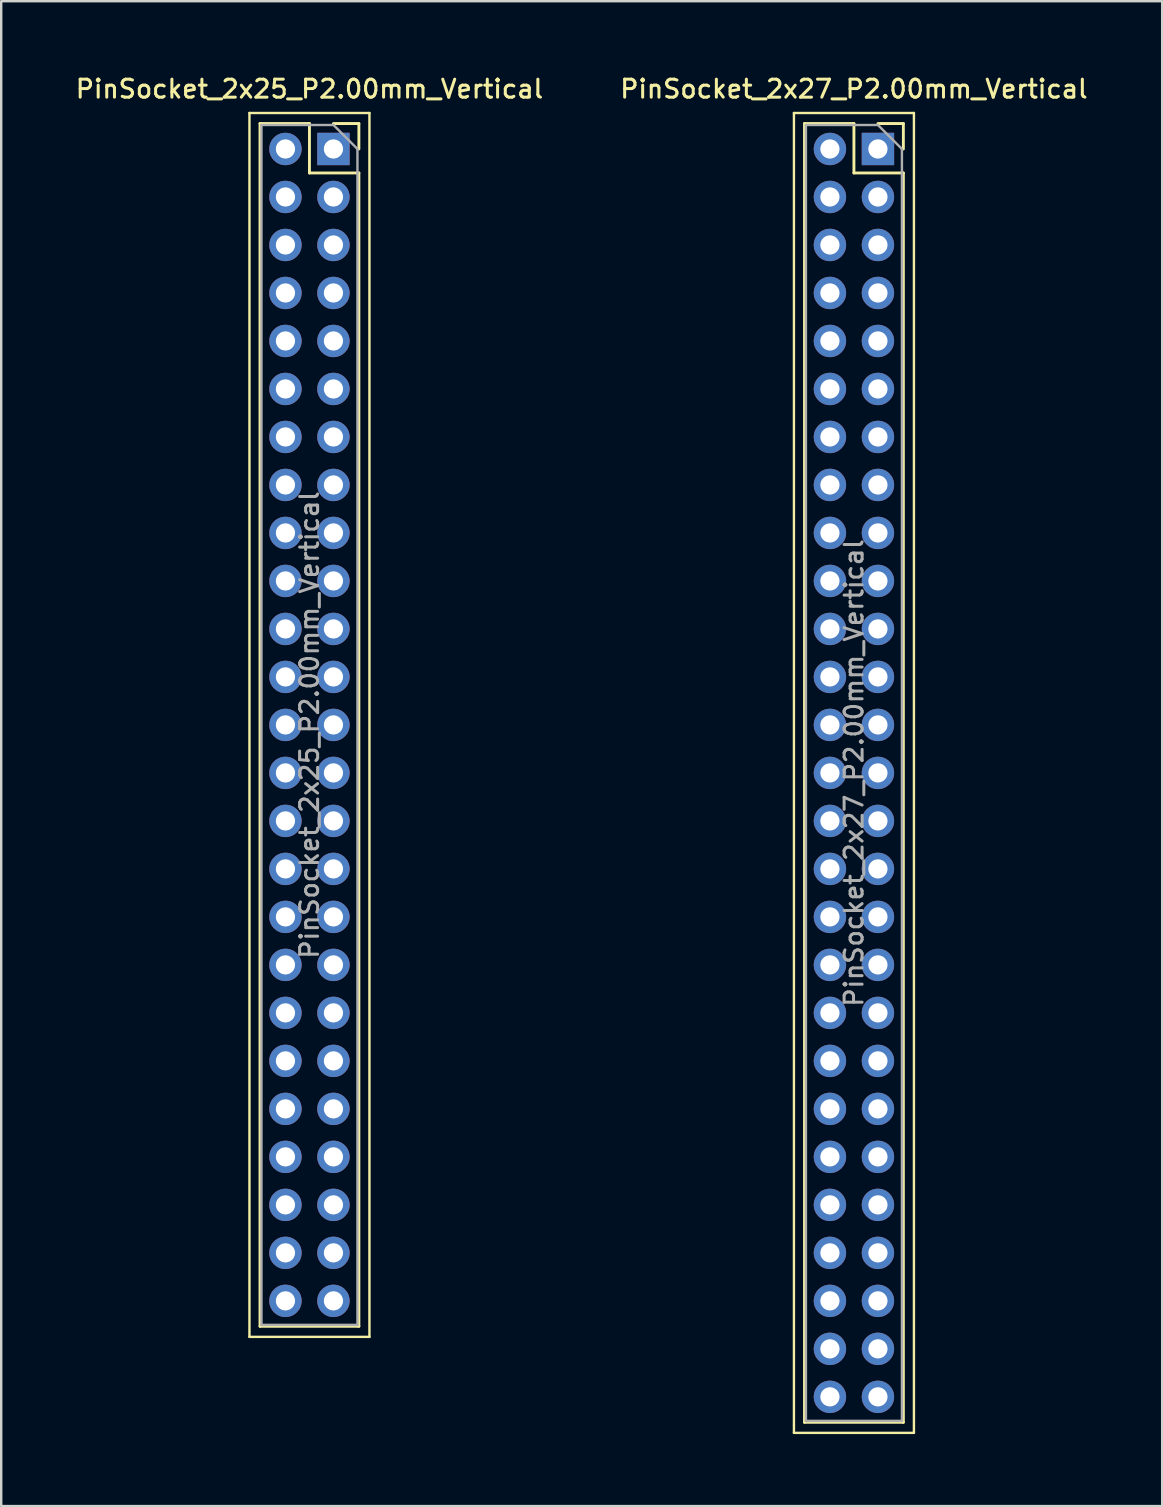
<source format=kicad_pcb>
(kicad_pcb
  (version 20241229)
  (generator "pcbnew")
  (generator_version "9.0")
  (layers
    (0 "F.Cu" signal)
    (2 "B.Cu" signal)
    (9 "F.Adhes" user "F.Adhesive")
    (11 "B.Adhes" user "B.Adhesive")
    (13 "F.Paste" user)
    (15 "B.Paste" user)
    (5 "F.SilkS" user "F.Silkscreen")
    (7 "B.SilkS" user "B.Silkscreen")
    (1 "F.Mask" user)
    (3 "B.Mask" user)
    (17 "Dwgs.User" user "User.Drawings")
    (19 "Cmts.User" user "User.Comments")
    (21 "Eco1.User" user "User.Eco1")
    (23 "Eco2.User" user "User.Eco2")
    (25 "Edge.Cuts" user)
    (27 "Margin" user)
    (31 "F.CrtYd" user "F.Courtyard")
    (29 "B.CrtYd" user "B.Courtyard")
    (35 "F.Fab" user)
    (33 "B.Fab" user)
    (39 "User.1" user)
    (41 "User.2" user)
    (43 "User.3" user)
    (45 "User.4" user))
  (footprint "PinSocket_2x27_P2.00mm_Vertical"
    (layer "F.Cu")
    (at 33.534 3.158)
    (property "Reference" "PinSocket_2x27_P2.00mm_Vertical" (at -1 -2.5 0) (layer "F.SilkS") (effects (font (size 0.75 0.75) (thickness 0.125))))
    (attr through_hole)
    (fp_line (start -3.5 -1.5) (end 1.5 -1.5) (stroke (width 0.1) (type solid)) (layer "F.SilkS"))
    (fp_line (start -3.5 53.5) (end -3.5 -1.5) (stroke (width 0.1) (type solid)) (layer "F.SilkS"))
    (fp_line (start -3.06 -1.06) (end -3.06 53.06) (stroke (width 0.12) (type solid)) (layer "F.SilkS"))
    (fp_line (start -3.06 -1.06) (end -1 -1.06) (stroke (width 0.12) (type solid)) (layer "F.SilkS"))
    (fp_line (start -3.06 53.06) (end 1.06 53.06) (stroke (width 0.12) (type solid)) (layer "F.SilkS"))
    (fp_line (start -1 -1.06) (end -1 1) (stroke (width 0.12) (type solid)) (layer "F.SilkS"))
    (fp_line (start -1 1) (end 1.06 1) (stroke (width 0.12) (type solid)) (layer "F.SilkS"))
    (fp_line (start 0 -1.06) (end 1.06 -1.06) (stroke (width 0.12) (type solid)) (layer "F.SilkS"))
    (fp_line (start 1.06 -1.06) (end 1.06 0) (stroke (width 0.12) (type solid)) (layer "F.SilkS"))
    (fp_line (start 1.06 1) (end 1.06 53.06) (stroke (width 0.12) (type solid)) (layer "F.SilkS"))
    (fp_line (start 1.5 -1.5) (end 1.5 53.5) (stroke (width 0.1) (type solid)) (layer "F.SilkS"))
    (fp_line (start 1.5 53.5) (end -3.5 53.5) (stroke (width 0.1) (type solid)) (layer "F.SilkS"))
    (fp_line (start -3 -1) (end 0 -1) (stroke (width 0.1) (type solid)) (layer "F.Fab"))
    (fp_line (start -3 53) (end -3 -1) (stroke (width 0.1) (type solid)) (layer "F.Fab"))
    (fp_line (start 0 -1) (end 1 0) (stroke (width 0.1) (type solid)) (layer "F.Fab"))
    (fp_line (start 1 0) (end 1 53) (stroke (width 0.1) (type solid)) (layer "F.Fab"))
    (fp_line (start 1 53) (end -3 53) (stroke (width 0.1) (type solid)) (layer "F.Fab"))
    (fp_text user "${REFERENCE}" (at -1 26 90) (layer "F.Fab") (effects (font (size 0.75 0.75) (thickness 0.125))))
    (pad "1" thru_hole rect (at 0 0) (size 1.35 1.35) (drill 0.8) (layers "*.Cu" "*.Mask"))
    (pad "2" thru_hole oval (at -2 0) (size 1.35 1.35) (drill 0.8) (layers "*.Cu" "*.Mask"))
    (pad "3" thru_hole oval (at 0 2) (size 1.35 1.35) (drill 0.8) (layers "*.Cu" "*.Mask"))
    (pad "4" thru_hole oval (at -2 2) (size 1.35 1.35) (drill 0.8) (layers "*.Cu" "*.Mask"))
    (pad "5" thru_hole oval (at 0 4) (size 1.35 1.35) (drill 0.8) (layers "*.Cu" "*.Mask"))
    (pad "6" thru_hole oval (at -2 4) (size 1.35 1.35) (drill 0.8) (layers "*.Cu" "*.Mask"))
    (pad "7" thru_hole oval (at 0 6) (size 1.35 1.35) (drill 0.8) (layers "*.Cu" "*.Mask"))
    (pad "8" thru_hole oval (at -2 6) (size 1.35 1.35) (drill 0.8) (layers "*.Cu" "*.Mask"))
    (pad "9" thru_hole oval (at 0 8) (size 1.35 1.35) (drill 0.8) (layers "*.Cu" "*.Mask"))
    (pad "10" thru_hole oval (at -2 8) (size 1.35 1.35) (drill 0.8) (layers "*.Cu" "*.Mask"))
    (pad "11" thru_hole oval (at 0 10) (size 1.35 1.35) (drill 0.8) (layers "*.Cu" "*.Mask"))
    (pad "12" thru_hole oval (at -2 10) (size 1.35 1.35) (drill 0.8) (layers "*.Cu" "*.Mask"))
    (pad "13" thru_hole oval (at 0 12) (size 1.35 1.35) (drill 0.8) (layers "*.Cu" "*.Mask"))
    (pad "14" thru_hole oval (at -2 12) (size 1.35 1.35) (drill 0.8) (layers "*.Cu" "*.Mask"))
    (pad "15" thru_hole oval (at 0 14) (size 1.35 1.35) (drill 0.8) (layers "*.Cu" "*.Mask"))
    (pad "16" thru_hole oval (at -2 14) (size 1.35 1.35) (drill 0.8) (layers "*.Cu" "*.Mask"))
    (pad "17" thru_hole oval (at 0 16) (size 1.35 1.35) (drill 0.8) (layers "*.Cu" "*.Mask"))
    (pad "18" thru_hole oval (at -2 16) (size 1.35 1.35) (drill 0.8) (layers "*.Cu" "*.Mask"))
    (pad "19" thru_hole oval (at 0 18) (size 1.35 1.35) (drill 0.8) (layers "*.Cu" "*.Mask"))
    (pad "20" thru_hole oval (at -2 18) (size 1.35 1.35) (drill 0.8) (layers "*.Cu" "*.Mask"))
    (pad "21" thru_hole oval (at 0 20) (size 1.35 1.35) (drill 0.8) (layers "*.Cu" "*.Mask"))
    (pad "22" thru_hole oval (at -2 20) (size 1.35 1.35) (drill 0.8) (layers "*.Cu" "*.Mask"))
    (pad "23" thru_hole oval (at 0 22) (size 1.35 1.35) (drill 0.8) (layers "*.Cu" "*.Mask"))
    (pad "24" thru_hole oval (at -2 22) (size 1.35 1.35) (drill 0.8) (layers "*.Cu" "*.Mask"))
    (pad "25" thru_hole oval (at 0 24) (size 1.35 1.35) (drill 0.8) (layers "*.Cu" "*.Mask"))
    (pad "26" thru_hole oval (at -2 24) (size 1.35 1.35) (drill 0.8) (layers "*.Cu" "*.Mask"))
    (pad "27" thru_hole oval (at 0 26) (size 1.35 1.35) (drill 0.8) (layers "*.Cu" "*.Mask"))
    (pad "28" thru_hole oval (at -2 26) (size 1.35 1.35) (drill 0.8) (layers "*.Cu" "*.Mask"))
    (pad "29" thru_hole oval (at 0 28) (size 1.35 1.35) (drill 0.8) (layers "*.Cu" "*.Mask"))
    (pad "30" thru_hole oval (at -2 28) (size 1.35 1.35) (drill 0.8) (layers "*.Cu" "*.Mask"))
    (pad "31" thru_hole oval (at 0 30) (size 1.35 1.35) (drill 0.8) (layers "*.Cu" "*.Mask"))
    (pad "32" thru_hole oval (at -2 30) (size 1.35 1.35) (drill 0.8) (layers "*.Cu" "*.Mask"))
    (pad "33" thru_hole oval (at 0 32) (size 1.35 1.35) (drill 0.8) (layers "*.Cu" "*.Mask"))
    (pad "34" thru_hole oval (at -2 32) (size 1.35 1.35) (drill 0.8) (layers "*.Cu" "*.Mask"))
    (pad "35" thru_hole oval (at 0 34) (size 1.35 1.35) (drill 0.8) (layers "*.Cu" "*.Mask"))
    (pad "36" thru_hole oval (at -2 34) (size 1.35 1.35) (drill 0.8) (layers "*.Cu" "*.Mask"))
    (pad "37" thru_hole oval (at 0 36) (size 1.35 1.35) (drill 0.8) (layers "*.Cu" "*.Mask"))
    (pad "38" thru_hole oval (at -2 36) (size 1.35 1.35) (drill 0.8) (layers "*.Cu" "*.Mask"))
    (pad "39" thru_hole oval (at 0 38) (size 1.35 1.35) (drill 0.8) (layers "*.Cu" "*.Mask"))
    (pad "40" thru_hole oval (at -2 38) (size 1.35 1.35) (drill 0.8) (layers "*.Cu" "*.Mask"))
    (pad "41" thru_hole oval (at 0 40) (size 1.35 1.35) (drill 0.8) (layers "*.Cu" "*.Mask"))
    (pad "42" thru_hole oval (at -2 40) (size 1.35 1.35) (drill 0.8) (layers "*.Cu" "*.Mask"))
    (pad "43" thru_hole oval (at 0 42) (size 1.35 1.35) (drill 0.8) (layers "*.Cu" "*.Mask"))
    (pad "44" thru_hole oval (at -2 42) (size 1.35 1.35) (drill 0.8) (layers "*.Cu" "*.Mask"))
    (pad "45" thru_hole oval (at 0 44) (size 1.35 1.35) (drill 0.8) (layers "*.Cu" "*.Mask"))
    (pad "46" thru_hole oval (at -2 44) (size 1.35 1.35) (drill 0.8) (layers "*.Cu" "*.Mask"))
    (pad "47" thru_hole oval (at 0 46) (size 1.35 1.35) (drill 0.8) (layers "*.Cu" "*.Mask"))
    (pad "48" thru_hole oval (at -2 46) (size 1.35 1.35) (drill 0.8) (layers "*.Cu" "*.Mask"))
    (pad "49" thru_hole oval (at 0 48) (size 1.35 1.35) (drill 0.8) (layers "*.Cu" "*.Mask"))
    (pad "50" thru_hole oval (at -2 48) (size 1.35 1.35) (drill 0.8) (layers "*.Cu" "*.Mask"))
    (pad "51" thru_hole oval (at 0 50) (size 1.35 1.35) (drill 0.8) (layers "*.Cu" "*.Mask"))
    (pad "52" thru_hole oval (at -2 50) (size 1.35 1.35) (drill 0.8) (layers "*.Cu" "*.Mask"))
    (pad "53" thru_hole oval (at 0 52) (size 1.35 1.35) (drill 0.8) (layers "*.Cu" "*.Mask"))
    (pad "54" thru_hole oval (at -2 52) (size 1.35 1.35) (drill 0.8) (layers "*.Cu" "*.Mask")))
  (footprint "PinSocket_2x25_P2.00mm_Vertical"
    (layer "F.Cu")
    (at 10.845 3.158)
    (property "Reference" "PinSocket_2x25_P2.00mm_Vertical" (at -1 -2.5 0) (layer "F.SilkS") (effects (font (size 0.75 0.75) (thickness 0.125))))
    (attr through_hole)
    (fp_line (start -3.5 -1.5) (end 1.5 -1.5) (stroke (width 0.1) (type solid)) (layer "F.SilkS"))
    (fp_line (start -3.5 49.5) (end -3.5 -1.5) (stroke (width 0.1) (type solid)) (layer "F.SilkS"))
    (fp_line (start -3.06 -1.06) (end -3.06 49.06) (stroke (width 0.12) (type solid)) (layer "F.SilkS"))
    (fp_line (start -3.06 -1.06) (end -1 -1.06) (stroke (width 0.12) (type solid)) (layer "F.SilkS"))
    (fp_line (start -3.06 49.06) (end 1.06 49.06) (stroke (width 0.12) (type solid)) (layer "F.SilkS"))
    (fp_line (start -1 -1.06) (end -1 1) (stroke (width 0.12) (type solid)) (layer "F.SilkS"))
    (fp_line (start -1 1) (end 1.06 1) (stroke (width 0.12) (type solid)) (layer "F.SilkS"))
    (fp_line (start 0 -1.06) (end 1.06 -1.06) (stroke (width 0.12) (type solid)) (layer "F.SilkS"))
    (fp_line (start 1.06 -1.06) (end 1.06 0) (stroke (width 0.12) (type solid)) (layer "F.SilkS"))
    (fp_line (start 1.06 1) (end 1.06 49.06) (stroke (width 0.12) (type solid)) (layer "F.SilkS"))
    (fp_line (start 1.5 -1.5) (end 1.5 49.5) (stroke (width 0.1) (type solid)) (layer "F.SilkS"))
    (fp_line (start 1.5 49.5) (end -3.5 49.5) (stroke (width 0.1) (type solid)) (layer "F.SilkS"))
    (fp_line (start -3 -1) (end 0 -1) (stroke (width 0.1) (type solid)) (layer "F.Fab"))
    (fp_line (start -3 49) (end -3 -1) (stroke (width 0.1) (type solid)) (layer "F.Fab"))
    (fp_line (start 0 -1) (end 1 0) (stroke (width 0.1) (type solid)) (layer "F.Fab"))
    (fp_line (start 1 0) (end 1 49) (stroke (width 0.1) (type solid)) (layer "F.Fab"))
    (fp_line (start 1 49) (end -3 49) (stroke (width 0.1) (type solid)) (layer "F.Fab"))
    (fp_text user "${REFERENCE}" (at -1 24 90) (layer "F.Fab") (effects (font (size 0.75 0.75) (thickness 0.125))))
    (pad "1" thru_hole rect (at 0 0) (size 1.35 1.35) (drill 0.8) (layers "*.Cu" "*.Mask"))
    (pad "2" thru_hole oval (at -2 0) (size 1.35 1.35) (drill 0.8) (layers "*.Cu" "*.Mask"))
    (pad "3" thru_hole oval (at 0 2) (size 1.35 1.35) (drill 0.8) (layers "*.Cu" "*.Mask"))
    (pad "4" thru_hole oval (at -2 2) (size 1.35 1.35) (drill 0.8) (layers "*.Cu" "*.Mask"))
    (pad "5" thru_hole oval (at 0 4) (size 1.35 1.35) (drill 0.8) (layers "*.Cu" "*.Mask"))
    (pad "6" thru_hole oval (at -2 4) (size 1.35 1.35) (drill 0.8) (layers "*.Cu" "*.Mask"))
    (pad "7" thru_hole oval (at 0 6) (size 1.35 1.35) (drill 0.8) (layers "*.Cu" "*.Mask"))
    (pad "8" thru_hole oval (at -2 6) (size 1.35 1.35) (drill 0.8) (layers "*.Cu" "*.Mask"))
    (pad "9" thru_hole oval (at 0 8) (size 1.35 1.35) (drill 0.8) (layers "*.Cu" "*.Mask"))
    (pad "10" thru_hole oval (at -2 8) (size 1.35 1.35) (drill 0.8) (layers "*.Cu" "*.Mask"))
    (pad "11" thru_hole oval (at 0 10) (size 1.35 1.35) (drill 0.8) (layers "*.Cu" "*.Mask"))
    (pad "12" thru_hole oval (at -2 10) (size 1.35 1.35) (drill 0.8) (layers "*.Cu" "*.Mask"))
    (pad "13" thru_hole oval (at 0 12) (size 1.35 1.35) (drill 0.8) (layers "*.Cu" "*.Mask"))
    (pad "14" thru_hole oval (at -2 12) (size 1.35 1.35) (drill 0.8) (layers "*.Cu" "*.Mask"))
    (pad "15" thru_hole oval (at 0 14) (size 1.35 1.35) (drill 0.8) (layers "*.Cu" "*.Mask"))
    (pad "16" thru_hole oval (at -2 14) (size 1.35 1.35) (drill 0.8) (layers "*.Cu" "*.Mask"))
    (pad "17" thru_hole oval (at 0 16) (size 1.35 1.35) (drill 0.8) (layers "*.Cu" "*.Mask"))
    (pad "18" thru_hole oval (at -2 16) (size 1.35 1.35) (drill 0.8) (layers "*.Cu" "*.Mask"))
    (pad "19" thru_hole oval (at 0 18) (size 1.35 1.35) (drill 0.8) (layers "*.Cu" "*.Mask"))
    (pad "20" thru_hole oval (at -2 18) (size 1.35 1.35) (drill 0.8) (layers "*.Cu" "*.Mask"))
    (pad "21" thru_hole oval (at 0 20) (size 1.35 1.35) (drill 0.8) (layers "*.Cu" "*.Mask"))
    (pad "22" thru_hole oval (at -2 20) (size 1.35 1.35) (drill 0.8) (layers "*.Cu" "*.Mask"))
    (pad "23" thru_hole oval (at 0 22) (size 1.35 1.35) (drill 0.8) (layers "*.Cu" "*.Mask"))
    (pad "24" thru_hole oval (at -2 22) (size 1.35 1.35) (drill 0.8) (layers "*.Cu" "*.Mask"))
    (pad "25" thru_hole oval (at 0 24) (size 1.35 1.35) (drill 0.8) (layers "*.Cu" "*.Mask"))
    (pad "26" thru_hole oval (at -2 24) (size 1.35 1.35) (drill 0.8) (layers "*.Cu" "*.Mask"))
    (pad "27" thru_hole oval (at 0 26) (size 1.35 1.35) (drill 0.8) (layers "*.Cu" "*.Mask"))
    (pad "28" thru_hole oval (at -2 26) (size 1.35 1.35) (drill 0.8) (layers "*.Cu" "*.Mask"))
    (pad "29" thru_hole oval (at 0 28) (size 1.35 1.35) (drill 0.8) (layers "*.Cu" "*.Mask"))
    (pad "30" thru_hole oval (at -2 28) (size 1.35 1.35) (drill 0.8) (layers "*.Cu" "*.Mask"))
    (pad "31" thru_hole oval (at 0 30) (size 1.35 1.35) (drill 0.8) (layers "*.Cu" "*.Mask"))
    (pad "32" thru_hole oval (at -2 30) (size 1.35 1.35) (drill 0.8) (layers "*.Cu" "*.Mask"))
    (pad "33" thru_hole oval (at 0 32) (size 1.35 1.35) (drill 0.8) (layers "*.Cu" "*.Mask"))
    (pad "34" thru_hole oval (at -2 32) (size 1.35 1.35) (drill 0.8) (layers "*.Cu" "*.Mask"))
    (pad "35" thru_hole oval (at 0 34) (size 1.35 1.35) (drill 0.8) (layers "*.Cu" "*.Mask"))
    (pad "36" thru_hole oval (at -2 34) (size 1.35 1.35) (drill 0.8) (layers "*.Cu" "*.Mask"))
    (pad "37" thru_hole oval (at 0 36) (size 1.35 1.35) (drill 0.8) (layers "*.Cu" "*.Mask"))
    (pad "38" thru_hole oval (at -2 36) (size 1.35 1.35) (drill 0.8) (layers "*.Cu" "*.Mask"))
    (pad "39" thru_hole oval (at 0 38) (size 1.35 1.35) (drill 0.8) (layers "*.Cu" "*.Mask"))
    (pad "40" thru_hole oval (at -2 38) (size 1.35 1.35) (drill 0.8) (layers "*.Cu" "*.Mask"))
    (pad "41" thru_hole oval (at 0 40) (size 1.35 1.35) (drill 0.8) (layers "*.Cu" "*.Mask"))
    (pad "42" thru_hole oval (at -2 40) (size 1.35 1.35) (drill 0.8) (layers "*.Cu" "*.Mask"))
    (pad "43" thru_hole oval (at 0 42) (size 1.35 1.35) (drill 0.8) (layers "*.Cu" "*.Mask"))
    (pad "44" thru_hole oval (at -2 42) (size 1.35 1.35) (drill 0.8) (layers "*.Cu" "*.Mask"))
    (pad "45" thru_hole oval (at 0 44) (size 1.35 1.35) (drill 0.8) (layers "*.Cu" "*.Mask"))
    (pad "46" thru_hole oval (at -2 44) (size 1.35 1.35) (drill 0.8) (layers "*.Cu" "*.Mask"))
    (pad "47" thru_hole oval (at 0 46) (size 1.35 1.35) (drill 0.8) (layers "*.Cu" "*.Mask"))
    (pad "48" thru_hole oval (at -2 46) (size 1.35 1.35) (drill 0.8) (layers "*.Cu" "*.Mask"))
    (pad "49" thru_hole oval (at 0 48) (size 1.35 1.35) (drill 0.8) (layers "*.Cu" "*.Mask"))
    (pad "50" thru_hole oval (at -2 48) (size 1.35 1.35) (drill 0.8) (layers "*.Cu" "*.Mask")))
  (gr_rect
    (start -3 -3)
    (end 45.379 59.708)
    (stroke (width 0.1) (type default))
    (fill no)
    (layer "Edge.Cuts")))
</source>
